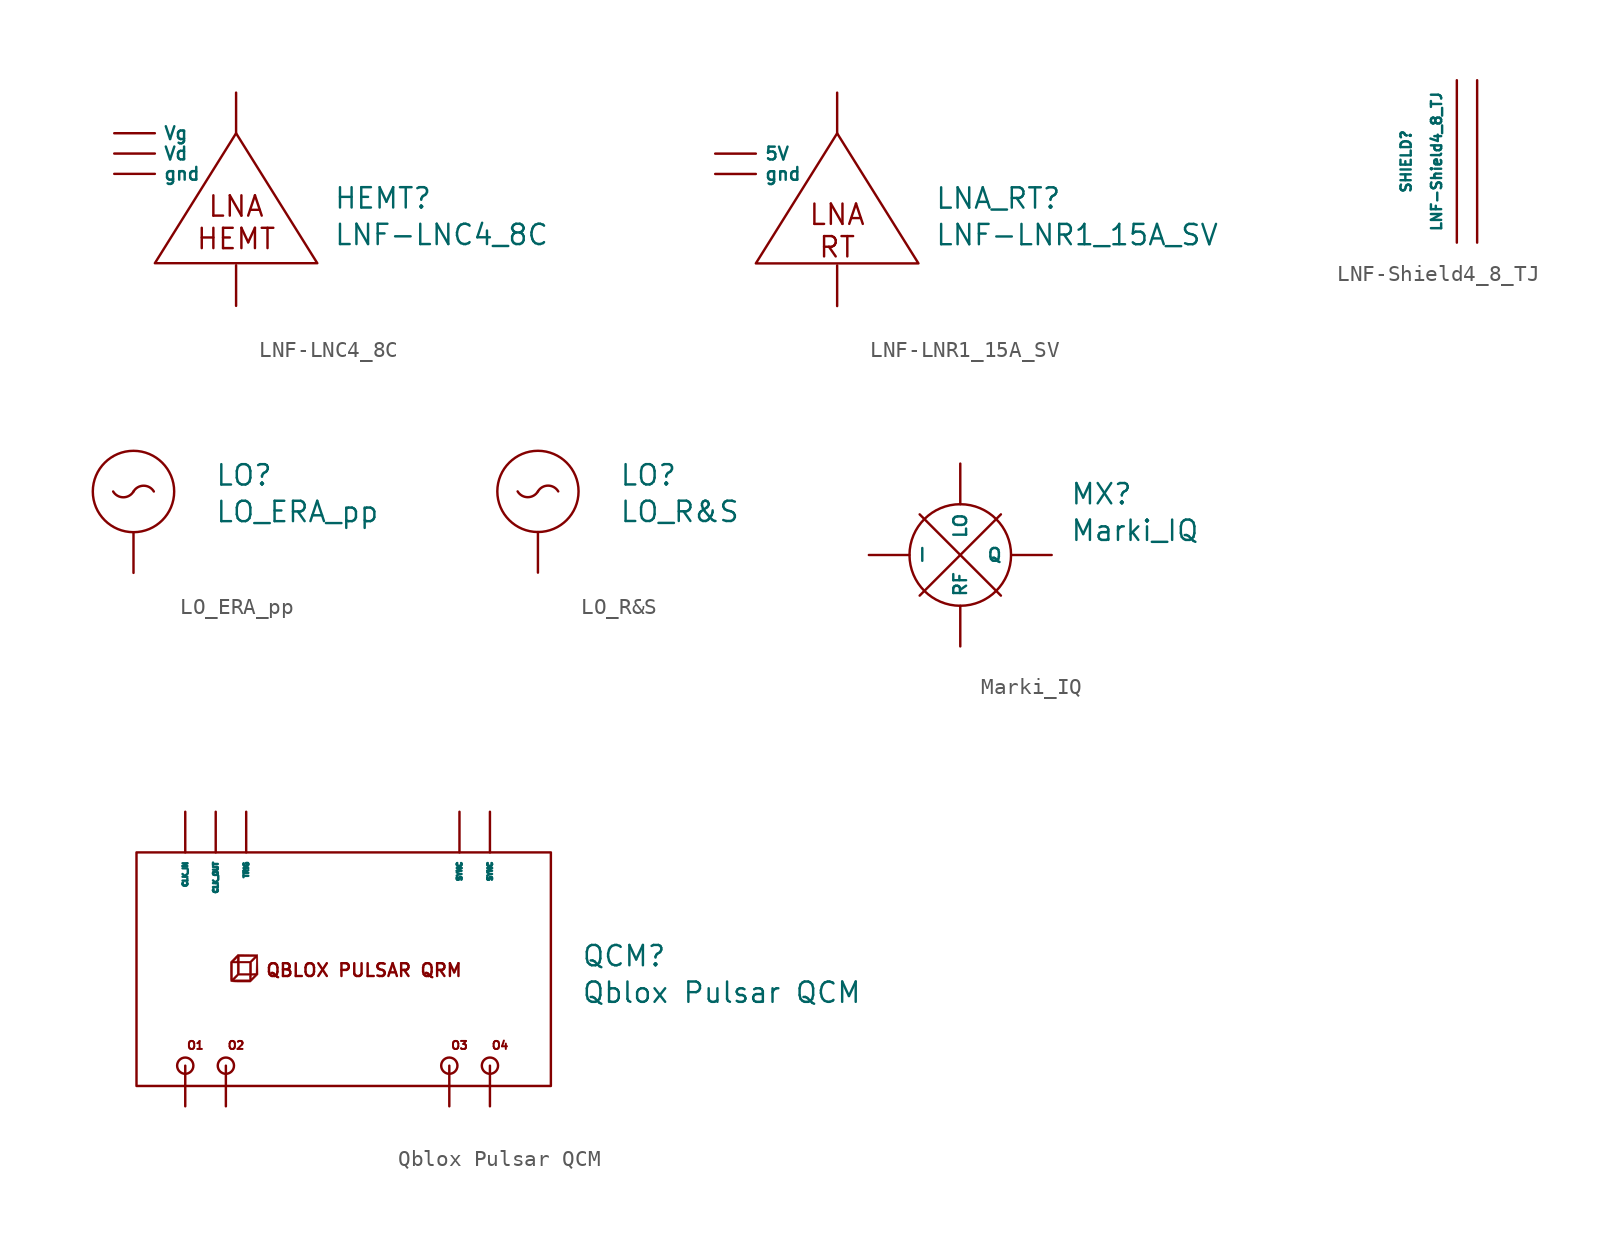
<source format=kicad_sym>
(kicad_symbol_lib
  (version 20220914)
  (generator kicad_symbol_editor)
  (symbol "LNF-LNC4_8C"
    (property "Reference" "HEMT"
      (at 6.096 1.016 0)
      (effects (font (size 1.27 1.27)) (justify left)))
    (property "Value" "LNF-LNC4_8C"
      (at 6.096 -1.27 0)
      (effects (font (size 1.27 1.27)) (justify left)))
    (symbol "LNF-LNC4_8C_0_0"
      (polyline (pts (xy 0 5.08) (xy -5.08 -3.048) (xy 5.08 -3.048) (xy 0 5.08)) (stroke (width 0) (type default)) (fill (type none)))
      (text "HEMT" (at 0 -1.524 0) (effects (font (size 1.27 1.27))))
      (text "LNA" (at 0 0.508 0) (effects (font (size 1.27 1.27)))))
    (symbol "LNF-LNC4_8C_1_1"
      (pin input line (at 0 -5.715 90) (length 2.54) (name "" (effects (font (size 1.27 1.27)))) (number "" (effects (font (size 1.27 1.27)))))
      (pin output line (at 0 7.62 270) (length 2.54) (name "" (effects (font (size 1.27 1.27)))) (number "" (effects (font (size 1.27 1.27)))))
      (pin power_in line (at -7.62 3.81 0) (length 2.54) (name "Vd" (effects (font (size 0.8 0.8)))) (number "" (effects (font (size 1.27 1.27)))))
      (pin power_in line (at -7.62 5.08 0) (length 2.54) (name "Vg" (effects (font (size 0.8 0.8)))) (number "" (effects (font (size 1.27 1.27)))))
      (pin power_in line (at -7.62 2.54 0) (length 2.54) (name "gnd" (effects (font (size 0.8 0.8)))) (number "" (effects (font (size 1.27 1.27)))))))
  (symbol "LNF-LNR1_15A_SV"
    (property "Reference" "LNA_RT"
      (at 6.096 1.016 0)
      (effects (font (size 1.27 1.27)) (justify left)))
    (property "Value" "LNF-LNR1_15A_SV"
      (at 6.096 -1.27 0)
      (effects (font (size 1.27 1.27)) (justify left)))
    (symbol "LNF-LNR1_15A_SV_0_0"
      (polyline (pts (xy 0 5.08) (xy -5.08 -3.048) (xy 5.08 -3.048) (xy 0 5.08)) (stroke (width 0) (type default)) (fill (type none)))
      (text "LNA" (at 0 0 0) (effects (font (size 1.27 1.27))))
      (text "RT" (at 0 -2.032 0) (effects (font (size 1.27 1.27)))))
    (symbol "LNF-LNR1_15A_SV_1_1"
      (pin input line (at 0 -5.715 90) (length 2.54) (name "" (effects (font (size 1.27 1.27)))) (number "" (effects (font (size 1.27 1.27)))))
      (pin output line (at 0 7.62 270) (length 2.54) (name "" (effects (font (size 1.27 1.27)))) (number "" (effects (font (size 1.27 1.27)))))
      (pin power_in line (at -7.62 3.81 0) (length 2.54) (name "5V" (effects (font (size 0.8 0.8)))) (number "" (effects (font (size 1.27 1.27)))))
      (pin power_in line (at -7.62 2.54 0) (length 2.54) (name "gnd" (effects (font (size 0.8 0.8)))) (number "" (effects (font (size 1.27 1.27)))))))
  (symbol "LNF-Shield4_8_TJ"
    (property "Reference" "SHIELD"
      (at -3.175 0 90)
      (effects (font (size 0.64 0.64))))
    (property "Value" "LNF-Shield4_8_TJ"
      (at -1.27 0 90)
      (effects (font (size 0.64 0.64))))
    (symbol "LNF-Shield4_8_TJ_0_1"
      (polyline (pts (xy 0 5.08) (xy 0 -5.08)) (stroke (width 0) (type default)) (fill (type none)))
      (polyline (pts (xy 1.27 -5.08) (xy 1.27 5.08)) (stroke (width 0) (type default)) (fill (type none)))))
  (symbol "LO_ERA_pp"
    (property "Reference" "LO"
      (at 5.08 1.016 0)
      (effects (font (size 1.27 1.27)) (justify left)))
    (property "Value" "LO_ERA_pp"
      (at 5.08 -1.27 0)
      (effects (font (size 1.27 1.27)) (justify left)))
    (symbol "LO_ERA_pp_0_0"
      (arc (start -1.27 0) (mid -0.635 -0.3618) (end 0 0) (stroke (width 0) (type default)) (fill (type none)))
      (circle (center 0 0) (radius 2.54) (stroke (width 0) (type default)) (fill (type none)))
      (arc (start 1.27 0) (mid 0.635 0.3616) (end 0 0) (stroke (width 0) (type default)) (fill (type none))))
    (symbol "LO_ERA_pp_1_1"
      (pin output line (at 0 -5.08 90) (length 2.54) (name "" (effects (font (size 1.27 1.27)))) (number "" (effects (font (size 1.27 1.27)))))))
  (symbol "LO_R&S"
    (property "Reference" "LO"
      (at 5.08 1.016 0)
      (effects (font (size 1.27 1.27)) (justify left)))
    (property "Value" "LO_R&S"
      (at 5.08 -1.27 0)
      (effects (font (size 1.27 1.27)) (justify left)))
    (symbol "LO_R&S_0_0"
      (arc (start -1.27 0) (mid -0.635 -0.3618) (end 0 0) (stroke (width 0) (type default)) (fill (type none)))
      (circle (center 0 0) (radius 2.54) (stroke (width 0) (type default)) (fill (type none)))
      (arc (start 1.27 0) (mid 0.635 0.3616) (end 0 0) (stroke (width 0) (type default)) (fill (type none))))
    (symbol "LO_R&S_1_1"
      (pin output line (at 0 -5.08 90) (length 2.54) (name "" (effects (font (size 1.27 1.27)))) (number "" (effects (font (size 1.27 1.27)))))))
  (symbol "Marki_IQ"
    (property "Reference" "MX"
      (at 6.858 3.81 0)
      (effects (font (size 1.27 1.27)) (justify left)))
    (property "Value" "Marki_IQ"
      (at 6.858 1.524 0)
      (effects (font (size 1.27 1.27)) (justify left)))
    (symbol "Marki_IQ_0_0"
      (polyline (pts (xy -2.54 2.54) (xy 2.54 -2.54)) (stroke (width 0) (type default)) (fill (type none)))
      (polyline (pts (xy 2.54 2.54) (xy -2.54 -2.54)) (stroke (width 0) (type default)) (fill (type none)))
      (circle (center 0 0) (radius 3.175) (stroke (width 0) (type default)) (fill (type none))))
    (symbol "Marki_IQ_1_1"
      (pin bidirectional line (at -5.715 0 0) (length 2.54) (name "I" (effects (font (size 0.8 0.8)))) (number "" (effects (font (size 1.27 1.27)))))
      (pin bidirectional line (at 0 5.715 270) (length 2.54) (name "LO" (effects (font (size 0.8 0.8)))) (number "" (effects (font (size 1.27 1.27)))))
      (pin bidirectional line (at 5.715 0 180) (length 2.54) (name "Q" (effects (font (size 0.8 0.8)))) (number "" (effects (font (size 1.27 1.27)))))
      (pin bidirectional line (at 0 -5.715 90) (length 2.54) (name "RF" (effects (font (size 0.8 0.8)))) (number "" (effects (font (size 1.27 1.27)))))))
  (symbol "Qblox Pulsar QCM"
    (property "Reference" "QCM"
      (at 24.765 9.398 0)
      (effects (font (size 1.27 1.27)) (justify left)))
    (property "Value" "Qblox Pulsar QCM"
      (at 24.765 7.112 0)
      (effects (font (size 1.27 1.27)) (justify left)))
    (symbol "Qblox Pulsar QCM_0_0"
      (rectangle (start -3.048 15.875) (end 22.86 1.27) (stroke (width 0) (type default)) (fill (type none)))
      (polyline (pts (xy 4.318 8.001) (xy 4.552 8.237) (xy 4.537 9.484) (xy 3.284 9.5) (xy 3.144 9.357) (xy 3.386 9.357) (xy 4.336 9.357) (xy 4.196 9.214) (xy 4.056 9.072) (xy 3.386 9.072) (xy 3.386 9.357) (xy 3.144 9.357) (xy 3.051 9.261) (xy 2.88 9.085) (xy 3.059 9.085) (xy 3.086 9.11) (xy 3.134 9.152) (xy 3.19 9.216) (xy 3.243 9.286) (xy 3.244 9.179) (xy 3.244 9.155) (xy 3.237 9.098) (xy 3.208 9.076) (xy 3.139 9.072) (xy 3.135 9.072) (xy 3.073 9.075) (xy 3.059 9.085) (xy 2.88 9.085) (xy 2.818 9.023) (xy 2.818 8.407) (xy 2.82 8.189) (xy 2.823 8.023) (xy 2.826 7.981) (xy 2.96 7.981) (xy 2.96 8.959) (xy 3.244 8.959) (xy 3.386 8.959) (xy 4.011 8.959) (xy 4.011 8.305) (xy 3.386 8.305) (xy 3.386 8.959) (xy 3.244 8.959) (xy 3.244 8.302) (xy 4.154 8.302) (xy 4.154 9.004) (xy 4.296 9.144) (xy 4.439 9.285) (xy 4.431 8.802) (xy 4.423 8.319) (xy 4.288 8.311) (xy 4.154 8.302) (xy 3.244 8.302) (xy 3.244 8.261) (xy 3.102 8.121) (xy 2.96 7.981) (xy 2.826 7.981) (xy 2.83 7.907) (xy 3.062 7.907) (xy 3.202 8.05) (xy 3.342 8.192) (xy 4.011 8.192) (xy 4.011 8.099) (xy 4.139 8.099) (xy 4.145 8.162) (xy 4.171 8.187) (xy 4.237 8.192) (xy 4.335 8.192) (xy 4.239 8.092) (xy 4.205 8.058) (xy 4.16 8.011) (xy 4.141 7.993) (xy 4.141 7.994) (xy 4.14 8.026) (xy 4.139 8.092) (xy 4.139 8.099) (xy 4.011 8.099) (xy 4.011 7.907) (xy 3.062 7.907) (xy 2.83 7.907) (xy 2.83 7.906) (xy 2.84 7.833) (xy 2.852 7.8) (xy 2.854 7.798) (xy 2.891 7.786) (xy 2.969 7.777) (xy 3.091 7.77) (xy 3.262 7.767) (xy 3.485 7.766) (xy 4.084 7.766) (xy 4.318 8.001)) (stroke (width 0.01) (type default)) (fill (type outline)))
      (circle (center 0 2.54) (radius 0.508) (stroke (width 0) (type default)) (fill (type none)))
      (circle (center 2.54 2.54) (radius 0.508) (stroke (width 0) (type default)) (fill (type none)))
      (circle (center 16.51 2.54) (radius 0.508) (stroke (width 0) (type default)) (fill (type none)))
      (circle (center 19.05 2.54) (radius 0.508) (stroke (width 0) (type default)) (fill (type none)))
      (text "O1" (at 0.635 3.81 0) (effects (font (size 0.5 0.5))))
      (text "O2" (at 3.175 3.81 0) (effects (font (size 0.5 0.5))))
      (text "O3" (at 17.145 3.81 0) (effects (font (size 0.5 0.5))))
      (text "O4" (at 19.685 3.81 0) (effects (font (size 0.5 0.5))))
      (text "QBLOX PULSAR QRM" (at 11.176 8.509 0) (effects (font (size 0.8 0.8)))))
    (symbol "Qblox Pulsar QCM_1_1"
      (pin output line (at 0 0 90) (length 2.54) (name "" (effects (font (size 1.27 1.27)))) (number "" (effects (font (size 1.27 1.27)))))
      (pin output line (at 2.54 0 90) (length 2.54) (name "" (effects (font (size 1.27 1.27)))) (number "" (effects (font (size 1.27 1.27)))))
      (pin output line (at 16.51 0 90) (length 2.54) (name "" (effects (font (size 1.27 1.27)))) (number "" (effects (font (size 1.27 1.27)))))
      (pin output line (at 19.05 0 90) (length 2.54) (name "" (effects (font (size 1.27 1.27)))) (number "" (effects (font (size 1.27 1.27)))))
      (pin input line (at 0 18.415 270) (length 2.54) (name "CLK_IN" (effects (font (size 0.3 0.3)))) (number "" (effects (font (size 1.27 1.27)))))
      (pin output line (at 1.905 18.415 270) (length 2.54) (name "CLK_OUT" (effects (font (size 0.3 0.3)))) (number "" (effects (font (size 1.27 1.27)))))
      (pin bidirectional line (at 17.145 18.415 270) (length 2.54) (name "SYNC" (effects (font (size 0.3 0.3)))) (number "" (effects (font (size 1.27 1.27)))))
      (pin bidirectional line (at 19.05 18.415 270) (length 2.54) (name "SYNC" (effects (font (size 0.3 0.3)))) (number "" (effects (font (size 1.27 1.27)))))
      (pin input line (at 3.81 18.415 270) (length 2.54) (name "TRIG" (effects (font (size 0.3 0.3)))) (number "" (effects (font (size 1.27 1.27))))))))
</source>
